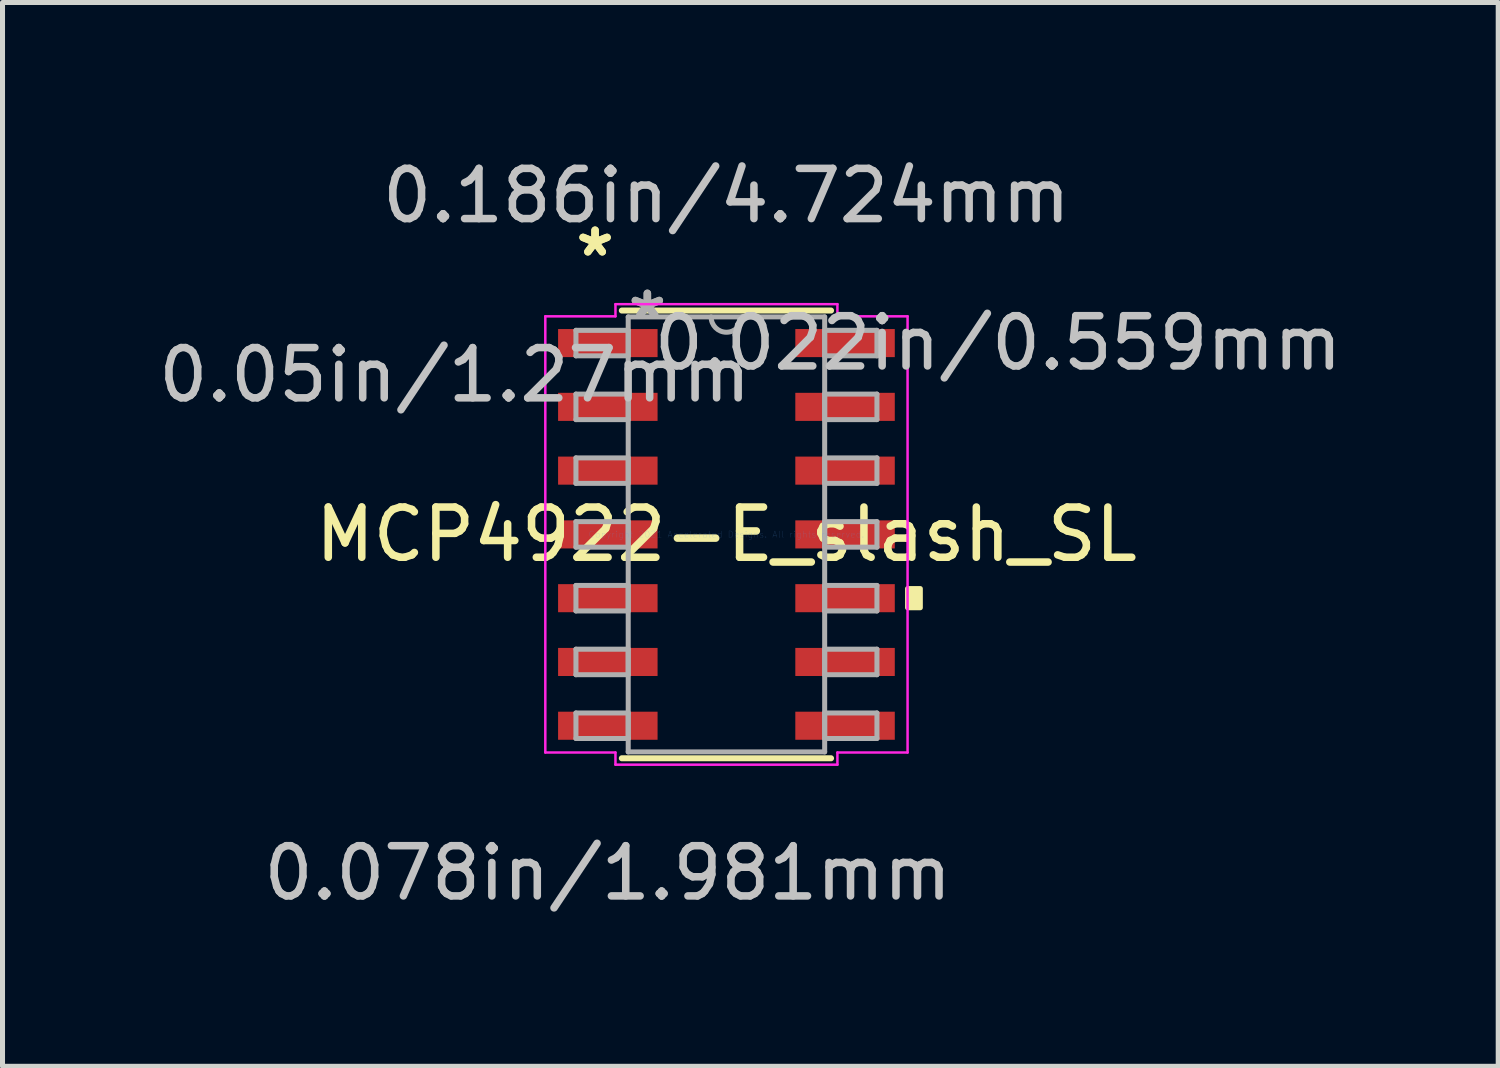
<source format=kicad_pcb>
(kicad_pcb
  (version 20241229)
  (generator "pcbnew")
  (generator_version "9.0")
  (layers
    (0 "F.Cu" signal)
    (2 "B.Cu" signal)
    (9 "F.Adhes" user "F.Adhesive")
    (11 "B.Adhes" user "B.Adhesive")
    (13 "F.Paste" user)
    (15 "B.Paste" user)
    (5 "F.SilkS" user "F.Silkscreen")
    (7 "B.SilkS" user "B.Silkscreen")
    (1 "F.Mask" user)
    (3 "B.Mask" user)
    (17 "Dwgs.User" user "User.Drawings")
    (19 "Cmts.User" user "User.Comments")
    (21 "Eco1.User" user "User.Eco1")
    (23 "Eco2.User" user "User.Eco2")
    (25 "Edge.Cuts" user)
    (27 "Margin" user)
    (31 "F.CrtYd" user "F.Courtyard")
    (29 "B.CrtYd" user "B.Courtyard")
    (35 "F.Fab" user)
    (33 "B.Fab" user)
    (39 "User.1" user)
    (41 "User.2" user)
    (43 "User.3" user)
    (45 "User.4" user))
  (footprint "MCP4922-E_slash_SL"
    (layer "F.Cu")
    (at 11.416 7.592)
    (property "Reference" "MCP4922-E_slash_SL" (at 0 0 0) (layer "F.SilkS") (effects (font (size 1 1) (thickness 0.15))))
    (attr through_hole)
    (fp_line (start -2.083 4.458) (end 2.083 4.458) (stroke (width 0.12) (type solid)) (layer "F.SilkS"))
    (fp_line (start 2.083 -4.458) (end -2.083 -4.458) (stroke (width 0.12) (type solid)) (layer "F.SilkS"))
    (fp_poly (pts (xy 3.861 1.079) (xy 3.861 1.46) (xy 3.607 1.46) (xy 3.607 1.079)) (stroke (width 0.1) (type solid)) (fill yes) (layer "F.SilkS"))
    (fp_line (start -3.607 -4.343) (end -2.21 -4.343) (stroke (width 0.05) (type solid)) (layer "F.CrtYd"))
    (fp_line (start -3.607 4.343) (end -3.607 -4.343) (stroke (width 0.05) (type solid)) (layer "F.CrtYd"))
    (fp_line (start -2.21 -4.585) (end 2.21 -4.585) (stroke (width 0.05) (type solid)) (layer "F.CrtYd"))
    (fp_line (start -2.21 -4.343) (end -2.21 -4.585) (stroke (width 0.05) (type solid)) (layer "F.CrtYd"))
    (fp_line (start -2.21 4.343) (end -3.607 4.343) (stroke (width 0.05) (type solid)) (layer "F.CrtYd"))
    (fp_line (start -2.21 4.585) (end -2.21 4.343) (stroke (width 0.05) (type solid)) (layer "F.CrtYd"))
    (fp_line (start 2.21 -4.585) (end 2.21 -4.343) (stroke (width 0.05) (type solid)) (layer "F.CrtYd"))
    (fp_line (start 2.21 -4.343) (end 3.607 -4.343) (stroke (width 0.05) (type solid)) (layer "F.CrtYd"))
    (fp_line (start 2.21 4.343) (end 2.21 4.585) (stroke (width 0.05) (type solid)) (layer "F.CrtYd"))
    (fp_line (start 2.21 4.585) (end -2.21 4.585) (stroke (width 0.05) (type solid)) (layer "F.CrtYd"))
    (fp_line (start 3.607 -4.343) (end 3.607 4.343) (stroke (width 0.05) (type solid)) (layer "F.CrtYd"))
    (fp_line (start 3.607 4.343) (end 2.21 4.343) (stroke (width 0.05) (type solid)) (layer "F.CrtYd"))
    (fp_line (start -2.997 -4.064) (end -2.997 -3.556) (stroke (width 0.1) (type solid)) (layer "F.Fab"))
    (fp_line (start -2.997 -3.556) (end -1.956 -3.556) (stroke (width 0.1) (type solid)) (layer "F.Fab"))
    (fp_line (start -2.997 -2.794) (end -2.997 -2.286) (stroke (width 0.1) (type solid)) (layer "F.Fab"))
    (fp_line (start -2.997 -2.286) (end -1.956 -2.286) (stroke (width 0.1) (type solid)) (layer "F.Fab"))
    (fp_line (start -2.997 -1.524) (end -2.997 -1.016) (stroke (width 0.1) (type solid)) (layer "F.Fab"))
    (fp_line (start -2.997 -1.016) (end -1.956 -1.016) (stroke (width 0.1) (type solid)) (layer "F.Fab"))
    (fp_line (start -2.997 -0.254) (end -2.997 0.254) (stroke (width 0.1) (type solid)) (layer "F.Fab"))
    (fp_line (start -2.997 0.254) (end -1.956 0.254) (stroke (width 0.1) (type solid)) (layer "F.Fab"))
    (fp_line (start -2.997 1.016) (end -2.997 1.524) (stroke (width 0.1) (type solid)) (layer "F.Fab"))
    (fp_line (start -2.997 1.524) (end -1.956 1.524) (stroke (width 0.1) (type solid)) (layer "F.Fab"))
    (fp_line (start -2.997 2.286) (end -2.997 2.794) (stroke (width 0.1) (type solid)) (layer "F.Fab"))
    (fp_line (start -2.997 2.794) (end -1.956 2.794) (stroke (width 0.1) (type solid)) (layer "F.Fab"))
    (fp_line (start -2.997 3.556) (end -2.997 4.064) (stroke (width 0.1) (type solid)) (layer "F.Fab"))
    (fp_line (start -2.997 4.064) (end -1.956 4.064) (stroke (width 0.1) (type solid)) (layer "F.Fab"))
    (fp_line (start -1.956 -4.331) (end -1.956 4.331) (stroke (width 0.1) (type solid)) (layer "F.Fab"))
    (fp_line (start -1.956 -4.064) (end -2.997 -4.064) (stroke (width 0.1) (type solid)) (layer "F.Fab"))
    (fp_line (start -1.956 -3.556) (end -1.956 -4.064) (stroke (width 0.1) (type solid)) (layer "F.Fab"))
    (fp_line (start -1.956 -2.794) (end -2.997 -2.794) (stroke (width 0.1) (type solid)) (layer "F.Fab"))
    (fp_line (start -1.956 -2.286) (end -1.956 -2.794) (stroke (width 0.1) (type solid)) (layer "F.Fab"))
    (fp_line (start -1.956 -1.524) (end -2.997 -1.524) (stroke (width 0.1) (type solid)) (layer "F.Fab"))
    (fp_line (start -1.956 -1.016) (end -1.956 -1.524) (stroke (width 0.1) (type solid)) (layer "F.Fab"))
    (fp_line (start -1.956 -0.254) (end -2.997 -0.254) (stroke (width 0.1) (type solid)) (layer "F.Fab"))
    (fp_line (start -1.956 0.254) (end -1.956 -0.254) (stroke (width 0.1) (type solid)) (layer "F.Fab"))
    (fp_line (start -1.956 1.016) (end -2.997 1.016) (stroke (width 0.1) (type solid)) (layer "F.Fab"))
    (fp_line (start -1.956 1.524) (end -1.956 1.016) (stroke (width 0.1) (type solid)) (layer "F.Fab"))
    (fp_line (start -1.956 2.286) (end -2.997 2.286) (stroke (width 0.1) (type solid)) (layer "F.Fab"))
    (fp_line (start -1.956 2.794) (end -1.956 2.286) (stroke (width 0.1) (type solid)) (layer "F.Fab"))
    (fp_line (start -1.956 3.556) (end -2.997 3.556) (stroke (width 0.1) (type solid)) (layer "F.Fab"))
    (fp_line (start -1.956 4.064) (end -1.956 3.556) (stroke (width 0.1) (type solid)) (layer "F.Fab"))
    (fp_line (start -1.956 4.331) (end 1.956 4.331) (stroke (width 0.1) (type solid)) (layer "F.Fab"))
    (fp_line (start 1.956 -4.331) (end -1.956 -4.331) (stroke (width 0.1) (type solid)) (layer "F.Fab"))
    (fp_line (start 1.956 -4.064) (end 1.956 -3.556) (stroke (width 0.1) (type solid)) (layer "F.Fab"))
    (fp_line (start 1.956 -3.556) (end 2.997 -3.556) (stroke (width 0.1) (type solid)) (layer "F.Fab"))
    (fp_line (start 1.956 -2.794) (end 1.956 -2.286) (stroke (width 0.1) (type solid)) (layer "F.Fab"))
    (fp_line (start 1.956 -2.286) (end 2.997 -2.286) (stroke (width 0.1) (type solid)) (layer "F.Fab"))
    (fp_line (start 1.956 -1.524) (end 1.956 -1.016) (stroke (width 0.1) (type solid)) (layer "F.Fab"))
    (fp_line (start 1.956 -1.016) (end 2.997 -1.016) (stroke (width 0.1) (type solid)) (layer "F.Fab"))
    (fp_line (start 1.956 -0.254) (end 1.956 0.254) (stroke (width 0.1) (type solid)) (layer "F.Fab"))
    (fp_line (start 1.956 0.254) (end 2.997 0.254) (stroke (width 0.1) (type solid)) (layer "F.Fab"))
    (fp_line (start 1.956 1.016) (end 1.956 1.524) (stroke (width 0.1) (type solid)) (layer "F.Fab"))
    (fp_line (start 1.956 1.524) (end 2.997 1.524) (stroke (width 0.1) (type solid)) (layer "F.Fab"))
    (fp_line (start 1.956 2.286) (end 1.956 2.794) (stroke (width 0.1) (type solid)) (layer "F.Fab"))
    (fp_line (start 1.956 2.794) (end 2.997 2.794) (stroke (width 0.1) (type solid)) (layer "F.Fab"))
    (fp_line (start 1.956 3.556) (end 1.956 4.064) (stroke (width 0.1) (type solid)) (layer "F.Fab"))
    (fp_line (start 1.956 4.064) (end 2.997 4.064) (stroke (width 0.1) (type solid)) (layer "F.Fab"))
    (fp_line (start 1.956 4.331) (end 1.956 -4.331) (stroke (width 0.1) (type solid)) (layer "F.Fab"))
    (fp_line (start 2.997 -4.064) (end 1.956 -4.064) (stroke (width 0.1) (type solid)) (layer "F.Fab"))
    (fp_line (start 2.997 -3.556) (end 2.997 -4.064) (stroke (width 0.1) (type solid)) (layer "F.Fab"))
    (fp_line (start 2.997 -2.794) (end 1.956 -2.794) (stroke (width 0.1) (type solid)) (layer "F.Fab"))
    (fp_line (start 2.997 -2.286) (end 2.997 -2.794) (stroke (width 0.1) (type solid)) (layer "F.Fab"))
    (fp_line (start 2.997 -1.524) (end 1.956 -1.524) (stroke (width 0.1) (type solid)) (layer "F.Fab"))
    (fp_line (start 2.997 -1.016) (end 2.997 -1.524) (stroke (width 0.1) (type solid)) (layer "F.Fab"))
    (fp_line (start 2.997 -0.254) (end 1.956 -0.254) (stroke (width 0.1) (type solid)) (layer "F.Fab"))
    (fp_line (start 2.997 0.254) (end 2.997 -0.254) (stroke (width 0.1) (type solid)) (layer "F.Fab"))
    (fp_line (start 2.997 1.016) (end 1.956 1.016) (stroke (width 0.1) (type solid)) (layer "F.Fab"))
    (fp_line (start 2.997 1.524) (end 2.997 1.016) (stroke (width 0.1) (type solid)) (layer "F.Fab"))
    (fp_line (start 2.997 2.286) (end 1.956 2.286) (stroke (width 0.1) (type solid)) (layer "F.Fab"))
    (fp_line (start 2.997 2.794) (end 2.997 2.286) (stroke (width 0.1) (type solid)) (layer "F.Fab"))
    (fp_line (start 2.997 3.556) (end 1.956 3.556) (stroke (width 0.1) (type solid)) (layer "F.Fab"))
    (fp_line (start 2.997 4.064) (end 2.997 3.556) (stroke (width 0.1) (type solid)) (layer "F.Fab"))
    (fp_arc (start 0.3048 -4.3307) (mid 0 -4.0259) (end -0.3048 -4.3307) (stroke (width 0.1) (type solid)) (layer "F.Fab"))
    (fp_text user "*" (at -2.616 -5.512 0) (layer "F.SilkS") (effects (font (size 1 1) (thickness 0.15))))
    (fp_text user "*" (at -2.616 -5.512 0) (layer "F.SilkS") (effects (font (size 1 1) (thickness 0.15))))
    (fp_text user "0.022in/0.559mm" (at 5.41 -3.81 0) (layer "Dwgs.User") (effects (font (size 1 1) (thickness 0.15))))
    (fp_text user "0.05in/1.27mm" (at -5.41 -3.175 0) (layer "Dwgs.User") (effects (font (size 1 1) (thickness 0.15))))
    (fp_text user "0.186in/4.724mm" (at 0 -6.744 0) (layer "Dwgs.User") (effects (font (size 1 1) (thickness 0.15))))
    (fp_text user "0.078in/1.981mm" (at -2.362 6.744 0) (layer "Dwgs.User") (effects (font (size 1 1) (thickness 0.15))))
    (fp_text user "Copyright 2021 Accelerated Designs. All rights reserved." (at 0 0 0) (layer "Cmts.User") (effects (font (size 0.127 0.127) (thickness 0.002))))
    (fp_text user "*" (at -1.575 -4.255 0) (layer "F.Fab") (effects (font (size 1 1) (thickness 0.15))))
    (fp_text user "*" (at -1.575 -4.255 0) (layer "F.Fab") (effects (font (size 1 1) (thickness 0.15))))
    (pad "1" smd rect (at -2.362 -3.81) (size 1.981 0.559) (layers "F.Cu" "F.Mask" "F.Paste"))
    (pad "2" smd rect (at -2.362 -2.54) (size 1.981 0.559) (layers "F.Cu" "F.Mask" "F.Paste"))
    (pad "3" smd rect (at -2.362 -1.27) (size 1.981 0.559) (layers "F.Cu" "F.Mask" "F.Paste"))
    (pad "4" smd rect (at -2.362 0) (size 1.981 0.559) (layers "F.Cu" "F.Mask" "F.Paste"))
    (pad "5" smd rect (at -2.362 1.27) (size 1.981 0.559) (layers "F.Cu" "F.Mask" "F.Paste"))
    (pad "6" smd rect (at -2.362 2.54) (size 1.981 0.559) (layers "F.Cu" "F.Mask" "F.Paste"))
    (pad "7" smd rect (at -2.362 3.81) (size 1.981 0.559) (layers "F.Cu" "F.Mask" "F.Paste"))
    (pad "8" smd rect (at 2.362 3.81) (size 1.981 0.559) (layers "F.Cu" "F.Mask" "F.Paste"))
    (pad "9" smd rect (at 2.362 2.54) (size 1.981 0.559) (layers "F.Cu" "F.Mask" "F.Paste"))
    (pad "10" smd rect (at 2.362 1.27) (size 1.981 0.559) (layers "F.Cu" "F.Mask" "F.Paste"))
    (pad "11" smd rect (at 2.362 0) (size 1.981 0.559) (layers "F.Cu" "F.Mask" "F.Paste"))
    (pad "12" smd rect (at 2.362 -1.27) (size 1.981 0.559) (layers "F.Cu" "F.Mask" "F.Paste"))
    (pad "13" smd rect (at 2.362 -2.54) (size 1.981 0.559) (layers "F.Cu" "F.Mask" "F.Paste"))
    (pad "14" smd rect (at 2.362 -3.81) (size 1.981 0.559) (layers "F.Cu" "F.Mask" "F.Paste")))
  (gr_rect
    (start -3 -3)
    (end 26.785 18.184)
    (stroke (width 0.1) (type default))
    (fill no)
    (layer "Edge.Cuts")))
</source>
